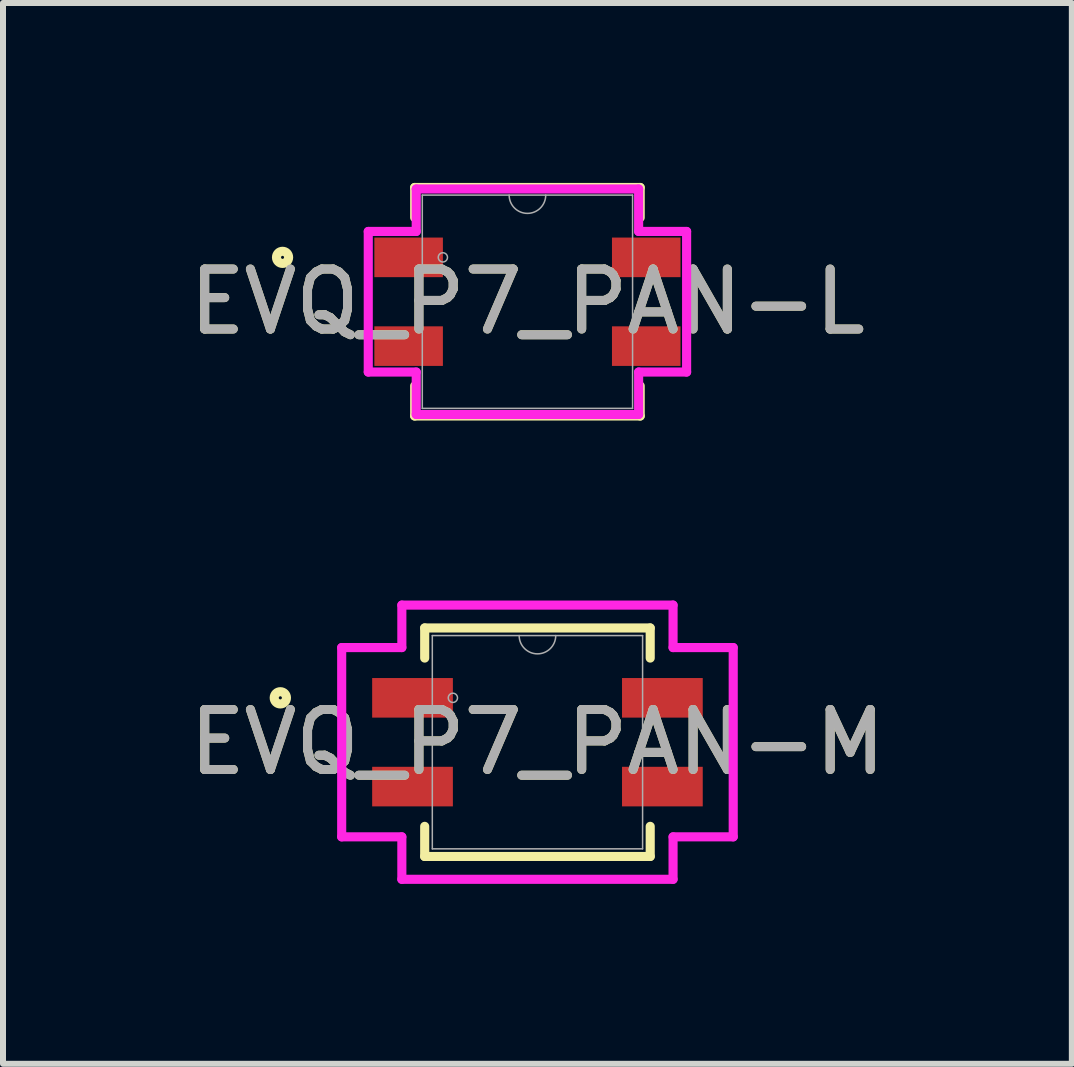
<source format=kicad_pcb>
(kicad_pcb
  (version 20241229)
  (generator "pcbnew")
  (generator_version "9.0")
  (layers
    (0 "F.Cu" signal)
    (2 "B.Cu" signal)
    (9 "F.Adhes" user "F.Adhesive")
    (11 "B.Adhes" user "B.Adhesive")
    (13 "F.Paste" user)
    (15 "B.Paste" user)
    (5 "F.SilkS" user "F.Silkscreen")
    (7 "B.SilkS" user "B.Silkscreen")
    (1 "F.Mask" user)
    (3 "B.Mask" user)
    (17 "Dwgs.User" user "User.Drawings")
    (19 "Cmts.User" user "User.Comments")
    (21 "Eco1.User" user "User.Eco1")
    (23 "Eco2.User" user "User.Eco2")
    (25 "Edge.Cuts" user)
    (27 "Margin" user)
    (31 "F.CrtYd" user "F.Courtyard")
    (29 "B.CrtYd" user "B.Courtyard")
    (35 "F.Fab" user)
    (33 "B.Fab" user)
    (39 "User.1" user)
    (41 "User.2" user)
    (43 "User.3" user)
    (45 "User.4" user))
  (footprint "EVQ_P7_PAN-M"
    (layer "F.Cu")
    (at 5.911 9.325)
    (property "Reference" "EVQ_P7_PAN-M" (at 0 0 0) (unlocked yes) (layer "F.SilkS") (effects (font (size 1 1) (thickness 0.15))))
    (attr smd)
    (fp_line (start -1.88 -1.905) (end -1.88 -1.403) (stroke (width 0.152) (type solid)) (layer "F.SilkS"))
    (fp_line (start -1.88 1.403) (end -1.88 1.905) (stroke (width 0.152) (type solid)) (layer "F.SilkS"))
    (fp_line (start -1.88 1.905) (end 1.88 1.905) (stroke (width 0.152) (type solid)) (layer "F.SilkS"))
    (fp_line (start 1.88 -1.905) (end -1.88 -1.905) (stroke (width 0.152) (type solid)) (layer "F.SilkS"))
    (fp_line (start 1.88 -1.403) (end 1.88 -1.905) (stroke (width 0.152) (type solid)) (layer "F.SilkS"))
    (fp_line (start 1.88 1.905) (end 1.88 1.403) (stroke (width 0.152) (type solid)) (layer "F.SilkS"))
    (fp_circle (center -4.287 -0.74) (end -4.185 -0.74) (stroke (width 0.152) (type solid)) (fill no) (layer "F.SilkS"))
    (fp_line (start -3.264 -1.578) (end -2.261 -1.578) (stroke (width 0.152) (type solid)) (layer "F.CrtYd"))
    (fp_line (start -3.264 1.578) (end -3.264 -1.578) (stroke (width 0.152) (type solid)) (layer "F.CrtYd"))
    (fp_line (start -3.264 1.578) (end -2.261 1.578) (stroke (width 0.152) (type solid)) (layer "F.CrtYd"))
    (fp_line (start -2.261 -2.286) (end 2.261 -2.286) (stroke (width 0.152) (type solid)) (layer "F.CrtYd"))
    (fp_line (start -2.261 -1.578) (end -2.261 -2.286) (stroke (width 0.152) (type solid)) (layer "F.CrtYd"))
    (fp_line (start -2.261 2.286) (end -2.261 1.578) (stroke (width 0.152) (type solid)) (layer "F.CrtYd"))
    (fp_line (start 2.261 -2.286) (end 2.261 -1.578) (stroke (width 0.152) (type solid)) (layer "F.CrtYd"))
    (fp_line (start 2.261 1.578) (end 2.261 2.286) (stroke (width 0.152) (type solid)) (layer "F.CrtYd"))
    (fp_line (start 2.261 2.286) (end -2.261 2.286) (stroke (width 0.152) (type solid)) (layer "F.CrtYd"))
    (fp_line (start 3.264 -1.578) (end 2.261 -1.578) (stroke (width 0.152) (type solid)) (layer "F.CrtYd"))
    (fp_line (start 3.264 -1.578) (end 3.264 1.578) (stroke (width 0.152) (type solid)) (layer "F.CrtYd"))
    (fp_line (start 3.264 1.578) (end 2.261 1.578) (stroke (width 0.152) (type solid)) (layer "F.CrtYd"))
    (fp_line (start -1.753 -1.778) (end -1.753 1.778) (stroke (width 0.025) (type solid)) (layer "F.Fab"))
    (fp_line (start -1.753 1.778) (end 1.753 1.778) (stroke (width 0.025) (type solid)) (layer "F.Fab"))
    (fp_line (start 1.753 -1.778) (end -1.753 -1.778) (stroke (width 0.025) (type solid)) (layer "F.Fab"))
    (fp_line (start 1.753 1.778) (end 1.753 -1.778) (stroke (width 0.025) (type solid)) (layer "F.Fab"))
    (fp_arc (start 0.3048 -1.778) (mid 0 -1.4732) (end -0.3048 -1.778) (stroke (width 0.0254) (type solid)) (layer "F.Fab"))
    (fp_circle (center -1.41 -0.74) (end -1.333 -0.74) (stroke (width 0.025) (type solid)) (fill no) (layer "F.Fab"))
    (fp_text user "${REFERENCE}" (at 0 0 0) (unlocked yes) (layer "F.Fab") (effects (font (size 1 1) (thickness 0.15))))
    (pad "1" smd rect (at -2.083 -0.74) (size 1.346 0.66) (layers "F.Cu" "F.Mask" "F.Paste"))
    (pad "1*" smd rect (at 2.083 -0.74) (size 1.346 0.66) (layers "F.Cu" "F.Mask" "F.Paste"))
    (pad "2" smd rect (at -2.083 0.74) (size 1.346 0.66) (layers "F.Cu" "F.Mask" "F.Paste"))
    (pad "2*" smd rect (at 2.083 0.74) (size 1.346 0.66) (layers "F.Cu" "F.Mask" "F.Paste")))
  (footprint "EVQ_P7_PAN-L"
    (layer "F.Cu")
    (at 5.744 1.981)
    (property "Reference" "EVQ_P7_PAN-L" (at 0 0 0) (unlocked yes) (layer "F.SilkS") (effects (font (size 1 1) (thickness 0.15))))
    (attr smd)
    (fp_line (start -1.88 -1.905) (end -1.88 -1.403) (stroke (width 0.152) (type solid)) (layer "F.SilkS"))
    (fp_line (start -1.88 1.403) (end -1.88 1.905) (stroke (width 0.152) (type solid)) (layer "F.SilkS"))
    (fp_line (start -1.88 1.905) (end 1.88 1.905) (stroke (width 0.152) (type solid)) (layer "F.SilkS"))
    (fp_line (start 1.88 -1.905) (end -1.88 -1.905) (stroke (width 0.152) (type solid)) (layer "F.SilkS"))
    (fp_line (start 1.88 -1.403) (end 1.88 -1.905) (stroke (width 0.152) (type solid)) (layer "F.SilkS"))
    (fp_line (start 1.88 1.905) (end 1.88 1.403) (stroke (width 0.152) (type solid)) (layer "F.SilkS"))
    (fp_circle (center -4.083 -0.74) (end -3.982 -0.74) (stroke (width 0.152) (type solid)) (fill no) (layer "F.SilkS"))
    (fp_line (start -2.654 -1.172) (end -1.854 -1.172) (stroke (width 0.152) (type solid)) (layer "F.CrtYd"))
    (fp_line (start -2.654 1.172) (end -2.654 -1.172) (stroke (width 0.152) (type solid)) (layer "F.CrtYd"))
    (fp_line (start -2.654 1.172) (end -1.854 1.172) (stroke (width 0.152) (type solid)) (layer "F.CrtYd"))
    (fp_line (start -1.854 -1.88) (end 1.854 -1.88) (stroke (width 0.152) (type solid)) (layer "F.CrtYd"))
    (fp_line (start -1.854 -1.172) (end -1.854 -1.88) (stroke (width 0.152) (type solid)) (layer "F.CrtYd"))
    (fp_line (start -1.854 1.88) (end -1.854 1.172) (stroke (width 0.152) (type solid)) (layer "F.CrtYd"))
    (fp_line (start 1.854 -1.88) (end 1.854 -1.172) (stroke (width 0.152) (type solid)) (layer "F.CrtYd"))
    (fp_line (start 1.854 1.172) (end 1.854 1.88) (stroke (width 0.152) (type solid)) (layer "F.CrtYd"))
    (fp_line (start 1.854 1.88) (end -1.854 1.88) (stroke (width 0.152) (type solid)) (layer "F.CrtYd"))
    (fp_line (start 2.654 -1.172) (end 1.854 -1.172) (stroke (width 0.152) (type solid)) (layer "F.CrtYd"))
    (fp_line (start 2.654 -1.172) (end 2.654 1.172) (stroke (width 0.152) (type solid)) (layer "F.CrtYd"))
    (fp_line (start 2.654 1.172) (end 1.854 1.172) (stroke (width 0.152) (type solid)) (layer "F.CrtYd"))
    (fp_line (start -1.753 -1.778) (end -1.753 1.778) (stroke (width 0.025) (type solid)) (layer "F.Fab"))
    (fp_line (start -1.753 1.778) (end 1.753 1.778) (stroke (width 0.025) (type solid)) (layer "F.Fab"))
    (fp_line (start 1.753 -1.778) (end -1.753 -1.778) (stroke (width 0.025) (type solid)) (layer "F.Fab"))
    (fp_line (start 1.753 1.778) (end 1.753 -1.778) (stroke (width 0.025) (type solid)) (layer "F.Fab"))
    (fp_arc (start 0.3048 -1.778) (mid 0 -1.4732) (end -0.3048 -1.778) (stroke (width 0.0254) (type solid)) (layer "F.Fab"))
    (fp_circle (center -1.41 -0.74) (end -1.333 -0.74) (stroke (width 0.025) (type solid)) (fill no) (layer "F.Fab"))
    (fp_text user "${REFERENCE}" (at 0 0 0) (unlocked yes) (layer "F.Fab") (effects (font (size 1 1) (thickness 0.15))))
    (pad "1" smd rect (at -1.981 -0.74) (size 1.143 0.66) (layers "F.Cu" "F.Mask" "F.Paste"))
    (pad "1*" smd rect (at 1.981 -0.74) (size 1.143 0.66) (layers "F.Cu" "F.Mask" "F.Paste"))
    (pad "2" smd rect (at -1.981 0.74) (size 1.143 0.66) (layers "F.Cu" "F.Mask" "F.Paste"))
    (pad "2*" smd rect (at 1.981 0.74) (size 1.143 0.66) (layers "F.Cu" "F.Mask" "F.Paste")))
  (gr_rect
    (start -3 -3)
    (end 14.821 14.687)
    (stroke (width 0.1) (type default))
    (fill no)
    (layer "Edge.Cuts")))
</source>
